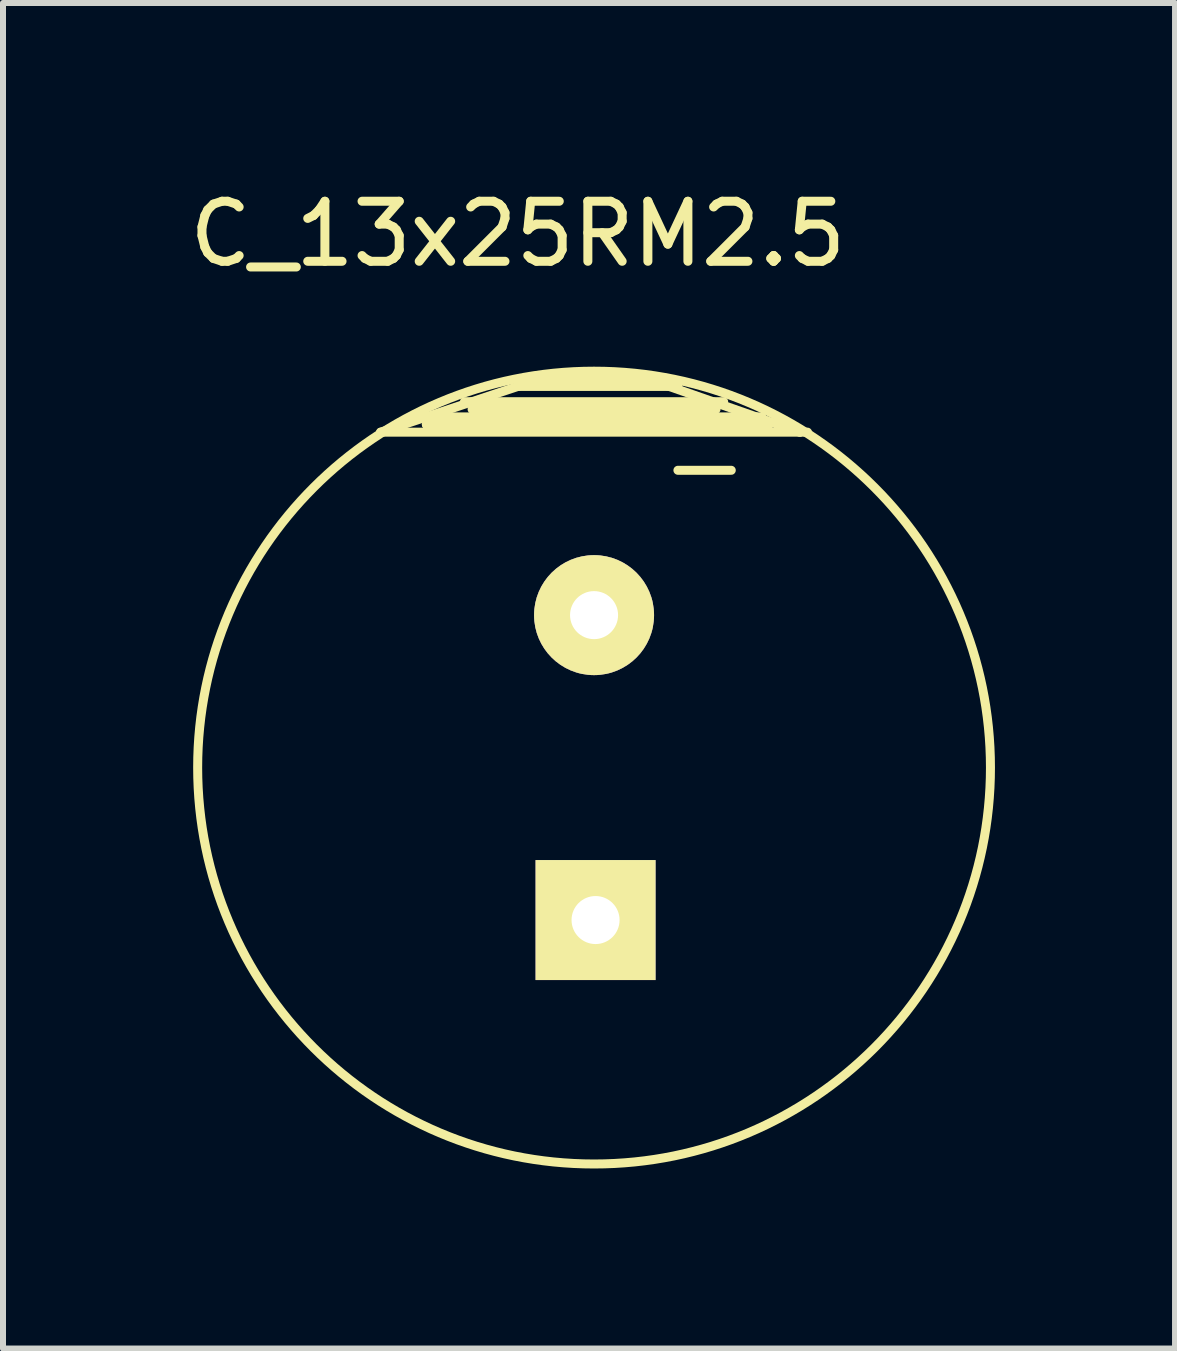
<source format=kicad_pcb>
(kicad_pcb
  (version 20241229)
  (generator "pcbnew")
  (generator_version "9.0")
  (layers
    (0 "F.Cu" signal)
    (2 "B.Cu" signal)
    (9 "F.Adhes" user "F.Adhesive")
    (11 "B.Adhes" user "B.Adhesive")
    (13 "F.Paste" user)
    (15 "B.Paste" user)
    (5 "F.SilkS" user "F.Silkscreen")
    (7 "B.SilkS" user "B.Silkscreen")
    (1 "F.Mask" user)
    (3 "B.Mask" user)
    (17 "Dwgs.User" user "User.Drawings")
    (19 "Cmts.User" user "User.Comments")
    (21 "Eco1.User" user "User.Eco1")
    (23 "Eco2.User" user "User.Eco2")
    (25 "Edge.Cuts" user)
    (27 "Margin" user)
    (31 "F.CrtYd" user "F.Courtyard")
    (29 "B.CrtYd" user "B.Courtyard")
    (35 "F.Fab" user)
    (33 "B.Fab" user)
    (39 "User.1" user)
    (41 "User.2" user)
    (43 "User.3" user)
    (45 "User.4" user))
  (footprint "C_13x25RM2.5"
    (layer "F.Cu")
    (at 6.847 9.738)
    (property "Reference" "C_13x25RM2.5" (at -1.27 -8.89 0) (layer "F.SilkS") (effects (font (size 1 1) (thickness 0.15))))
    (attr through_hole)
    (fp_line (start -3.556 -5.588) (end -0.889 -6.477) (stroke (width 0.15) (type solid)) (layer "F.SilkS"))
    (fp_line (start -2.794 -5.842) (end -2.667 -5.842) (stroke (width 0.15) (type solid)) (layer "F.SilkS"))
    (fp_line (start -2.794 -5.715) (end -1.905 -5.715) (stroke (width 0.15) (type solid)) (layer "F.SilkS"))
    (fp_line (start -2.159 -6.096) (end 2.159 -6.096) (stroke (width 0.15) (type solid)) (layer "F.SilkS"))
    (fp_line (start -2.032 -5.969) (end 2.032 -5.969) (stroke (width 0.15) (type solid)) (layer "F.SilkS"))
    (fp_line (start -0.889 -6.477) (end 0.889 -6.477) (stroke (width 0.15) (type solid)) (layer "F.SilkS"))
    (fp_line (start 0.889 -6.477) (end 3.429 -5.588) (stroke (width 0.15) (type solid)) (layer "F.SilkS"))
    (fp_line (start 1.397 -6.35) (end -1.27 -6.35) (stroke (width 0.15) (type solid)) (layer "F.SilkS"))
    (fp_line (start 1.397 -4.953) (end 2.286 -4.953) (stroke (width 0.15) (type solid)) (layer "F.SilkS"))
    (fp_line (start 2.794 -5.842) (end -2.794 -5.842) (stroke (width 0.15) (type solid)) (layer "F.SilkS"))
    (fp_line (start 2.921 -5.715) (end -2.794 -5.715) (stroke (width 0.15) (type solid)) (layer "F.SilkS"))
    (fp_line (start 3.429 -5.588) (end 3.048 -5.715) (stroke (width 0.15) (type solid)) (layer "F.SilkS"))
    (fp_line (start 3.556 -5.588) (end -3.556 -5.588) (stroke (width 0.15) (type solid)) (layer "F.SilkS"))
    (fp_circle (center 0 0) (end -6.604 0) (stroke (width 0.15) (type solid)) (fill no) (layer "F.SilkS"))
    (pad "1" thru_hole rect (at 0.025 2.54) (size 1.999 1.999) (drill 0.8) (layers "*.Cu" "*.Mask" "F.SilkS"))
    (pad "2" thru_hole circle (at 0 -2.54) (size 1.999 1.999) (drill 0.8) (layers "*.Cu" "*.Mask" "F.SilkS")))
  (gr_rect
    (start -3 -3)
    (end 16.526 19.417)
    (stroke (width 0.1) (type default))
    (fill no)
    (layer "Edge.Cuts")))
</source>
